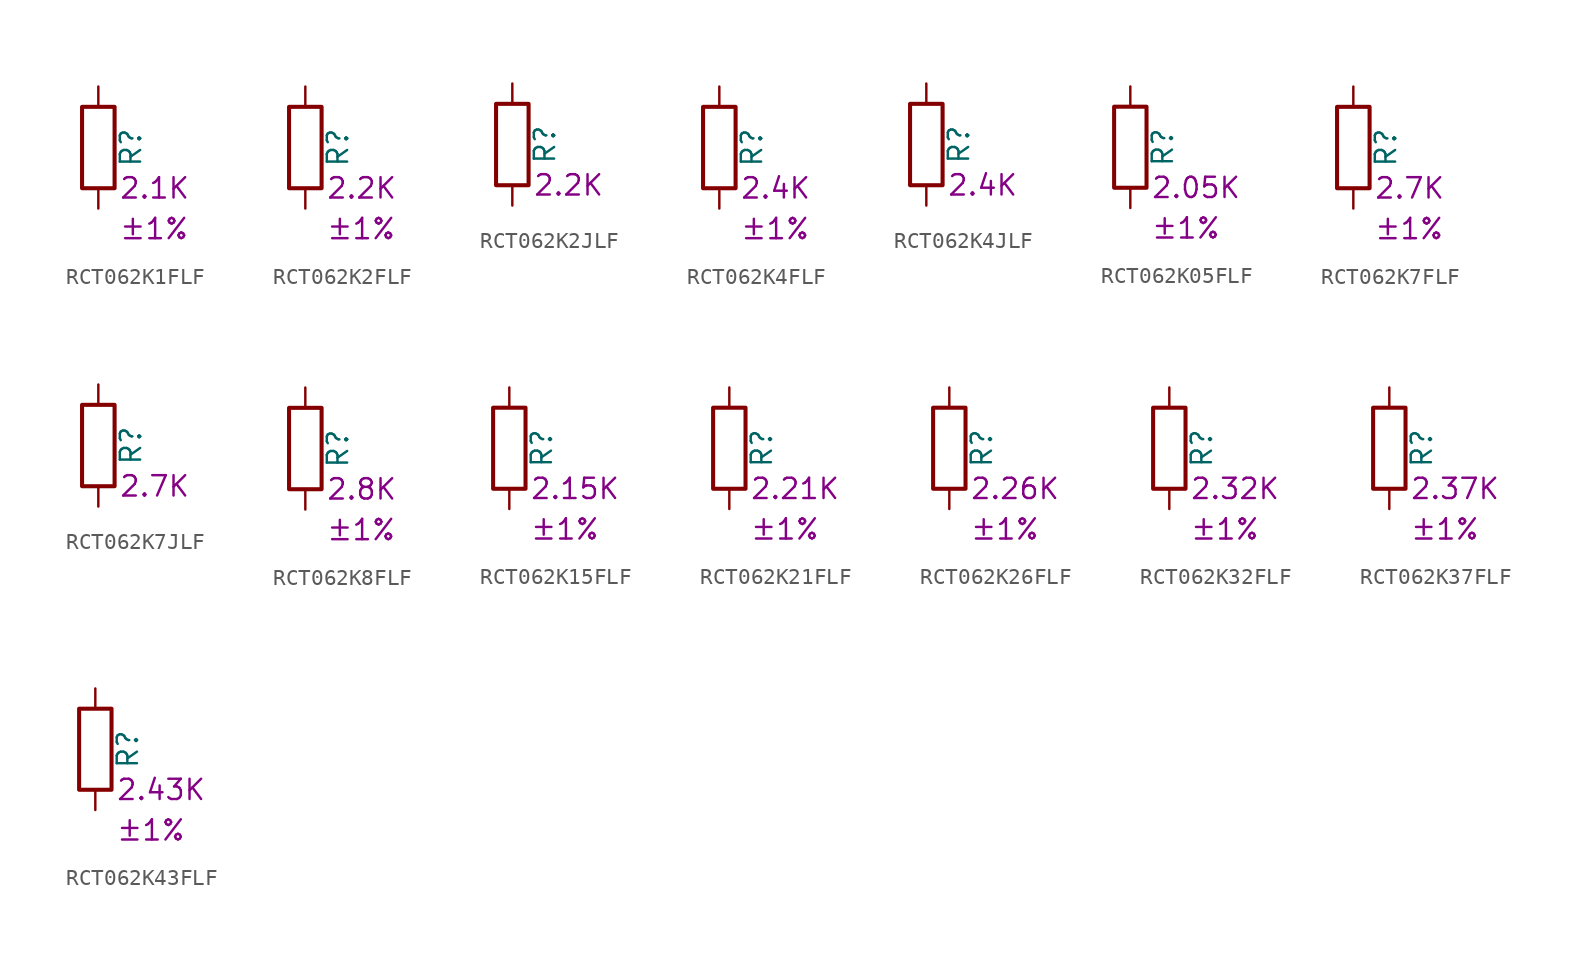
<source format=kicad_sym>
(kicad_symbol_lib
  (version 20220914)
  (generator kicad_symbol_editor)
  (symbol "RCT062K1FLF"
    (pin_numbers hide)
    (pin_names
      (offset 0))
    (property "Reference" "R"
      (at 2.032 0 90)
      (effects (font (size 1.27 1.27))))
    (property "Resistance" "2.1K"
      (at 1.27 -2.54 0)
      (effects (font (size 1.27 1.27)) (justify left)))
    (property "Tolerance" "±1%"
      (at 1.27 -5.08 0)
      (effects (font (size 1.27 1.27)) (justify left)))
    (symbol "RCT062K1FLF_0_1"
      (rectangle (start -1.016 -2.54) (end 1.016 2.54) (stroke (width 0.254) (type default)) (fill (type none))))
    (symbol "RCT062K1FLF_1_1"
      (pin passive line (at 0 3.81 270) (length 1.27) (name "~" (effects (font (size 1.27 1.27)))) (number "1" (effects (font (size 1.27 1.27)))))
      (pin passive line (at 0 -3.81 90) (length 1.27) (name "~" (effects (font (size 1.27 1.27)))) (number "2" (effects (font (size 1.27 1.27)))))))
  (symbol "RCT062K2FLF"
    (pin_numbers hide)
    (pin_names
      (offset 0))
    (property "Reference" "R"
      (at 2.032 0 90)
      (effects (font (size 1.27 1.27))))
    (property "Resistance" "2.2K"
      (at 1.27 -2.54 0)
      (effects (font (size 1.27 1.27)) (justify left)))
    (property "Tolerance" "±1%"
      (at 1.27 -5.08 0)
      (effects (font (size 1.27 1.27)) (justify left)))
    (symbol "RCT062K2FLF_0_1"
      (rectangle (start -1.016 -2.54) (end 1.016 2.54) (stroke (width 0.254) (type default)) (fill (type none))))
    (symbol "RCT062K2FLF_1_1"
      (pin passive line (at 0 3.81 270) (length 1.27) (name "~" (effects (font (size 1.27 1.27)))) (number "1" (effects (font (size 1.27 1.27)))))
      (pin passive line (at 0 -3.81 90) (length 1.27) (name "~" (effects (font (size 1.27 1.27)))) (number "2" (effects (font (size 1.27 1.27)))))))
  (symbol "RCT062K2JLF"
    (pin_numbers hide)
    (pin_names
      (offset 0))
    (property "Reference" "R"
      (at 2.032 0 90)
      (effects (font (size 1.27 1.27))))
    (property "Resistance" "2.2K"
      (at 1.27 -2.54 0)
      (effects (font (size 1.27 1.27)) (justify left)))
    (symbol "RCT062K2JLF_0_1"
      (rectangle (start -1.016 -2.54) (end 1.016 2.54) (stroke (width 0.254) (type default)) (fill (type none))))
    (symbol "RCT062K2JLF_1_1"
      (pin passive line (at 0 3.81 270) (length 1.27) (name "~" (effects (font (size 1.27 1.27)))) (number "1" (effects (font (size 1.27 1.27)))))
      (pin passive line (at 0 -3.81 90) (length 1.27) (name "~" (effects (font (size 1.27 1.27)))) (number "2" (effects (font (size 1.27 1.27)))))))
  (symbol "RCT062K4FLF"
    (pin_numbers hide)
    (pin_names
      (offset 0))
    (property "Reference" "R"
      (at 2.032 0 90)
      (effects (font (size 1.27 1.27))))
    (property "Resistance" "2.4K"
      (at 1.27 -2.54 0)
      (effects (font (size 1.27 1.27)) (justify left)))
    (property "Tolerance" "±1%"
      (at 1.27 -5.08 0)
      (effects (font (size 1.27 1.27)) (justify left)))
    (symbol "RCT062K4FLF_0_1"
      (rectangle (start -1.016 -2.54) (end 1.016 2.54) (stroke (width 0.254) (type default)) (fill (type none))))
    (symbol "RCT062K4FLF_1_1"
      (pin passive line (at 0 3.81 270) (length 1.27) (name "~" (effects (font (size 1.27 1.27)))) (number "1" (effects (font (size 1.27 1.27)))))
      (pin passive line (at 0 -3.81 90) (length 1.27) (name "~" (effects (font (size 1.27 1.27)))) (number "2" (effects (font (size 1.27 1.27)))))))
  (symbol "RCT062K4JLF"
    (pin_numbers hide)
    (pin_names
      (offset 0))
    (property "Reference" "R"
      (at 2.032 0 90)
      (effects (font (size 1.27 1.27))))
    (property "Resistance" "2.4K"
      (at 1.27 -2.54 0)
      (effects (font (size 1.27 1.27)) (justify left)))
    (symbol "RCT062K4JLF_0_1"
      (rectangle (start -1.016 -2.54) (end 1.016 2.54) (stroke (width 0.254) (type default)) (fill (type none))))
    (symbol "RCT062K4JLF_1_1"
      (pin passive line (at 0 3.81 270) (length 1.27) (name "~" (effects (font (size 1.27 1.27)))) (number "1" (effects (font (size 1.27 1.27)))))
      (pin passive line (at 0 -3.81 90) (length 1.27) (name "~" (effects (font (size 1.27 1.27)))) (number "2" (effects (font (size 1.27 1.27)))))))
  (symbol "RCT062K05FLF"
    (pin_numbers hide)
    (pin_names
      (offset 0))
    (property "Reference" "R"
      (at 2.032 0 90)
      (effects (font (size 1.27 1.27))))
    (property "Resistance" "2.05K"
      (at 1.27 -2.54 0)
      (effects (font (size 1.27 1.27)) (justify left)))
    (property "Tolerance" "±1%"
      (at 1.27 -5.08 0)
      (effects (font (size 1.27 1.27)) (justify left)))
    (symbol "RCT062K05FLF_0_1"
      (rectangle (start -1.016 -2.54) (end 1.016 2.54) (stroke (width 0.254) (type default)) (fill (type none))))
    (symbol "RCT062K05FLF_1_1"
      (pin passive line (at 0 3.81 270) (length 1.27) (name "~" (effects (font (size 1.27 1.27)))) (number "1" (effects (font (size 1.27 1.27)))))
      (pin passive line (at 0 -3.81 90) (length 1.27) (name "~" (effects (font (size 1.27 1.27)))) (number "2" (effects (font (size 1.27 1.27)))))))
  (symbol "RCT062K7FLF"
    (pin_numbers hide)
    (pin_names
      (offset 0))
    (property "Reference" "R"
      (at 2.032 0 90)
      (effects (font (size 1.27 1.27))))
    (property "Resistance" "2.7K"
      (at 1.27 -2.54 0)
      (effects (font (size 1.27 1.27)) (justify left)))
    (property "Tolerance" "±1%"
      (at 1.27 -5.08 0)
      (effects (font (size 1.27 1.27)) (justify left)))
    (symbol "RCT062K7FLF_0_1"
      (rectangle (start -1.016 -2.54) (end 1.016 2.54) (stroke (width 0.254) (type default)) (fill (type none))))
    (symbol "RCT062K7FLF_1_1"
      (pin passive line (at 0 3.81 270) (length 1.27) (name "~" (effects (font (size 1.27 1.27)))) (number "1" (effects (font (size 1.27 1.27)))))
      (pin passive line (at 0 -3.81 90) (length 1.27) (name "~" (effects (font (size 1.27 1.27)))) (number "2" (effects (font (size 1.27 1.27)))))))
  (symbol "RCT062K7JLF"
    (pin_numbers hide)
    (pin_names
      (offset 0))
    (property "Reference" "R"
      (at 2.032 0 90)
      (effects (font (size 1.27 1.27))))
    (property "Resistance" "2.7K"
      (at 1.27 -2.54 0)
      (effects (font (size 1.27 1.27)) (justify left)))
    (symbol "RCT062K7JLF_0_1"
      (rectangle (start -1.016 -2.54) (end 1.016 2.54) (stroke (width 0.254) (type default)) (fill (type none))))
    (symbol "RCT062K7JLF_1_1"
      (pin passive line (at 0 3.81 270) (length 1.27) (name "~" (effects (font (size 1.27 1.27)))) (number "1" (effects (font (size 1.27 1.27)))))
      (pin passive line (at 0 -3.81 90) (length 1.27) (name "~" (effects (font (size 1.27 1.27)))) (number "2" (effects (font (size 1.27 1.27)))))))
  (symbol "RCT062K8FLF"
    (pin_numbers hide)
    (pin_names
      (offset 0))
    (property "Reference" "R"
      (at 2.032 0 90)
      (effects (font (size 1.27 1.27))))
    (property "Resistance" "2.8K"
      (at 1.27 -2.54 0)
      (effects (font (size 1.27 1.27)) (justify left)))
    (property "Tolerance" "±1%"
      (at 1.27 -5.08 0)
      (effects (font (size 1.27 1.27)) (justify left)))
    (symbol "RCT062K8FLF_0_1"
      (rectangle (start -1.016 -2.54) (end 1.016 2.54) (stroke (width 0.254) (type default)) (fill (type none))))
    (symbol "RCT062K8FLF_1_1"
      (pin passive line (at 0 3.81 270) (length 1.27) (name "~" (effects (font (size 1.27 1.27)))) (number "1" (effects (font (size 1.27 1.27)))))
      (pin passive line (at 0 -3.81 90) (length 1.27) (name "~" (effects (font (size 1.27 1.27)))) (number "2" (effects (font (size 1.27 1.27)))))))
  (symbol "RCT062K15FLF"
    (pin_numbers hide)
    (pin_names
      (offset 0))
    (property "Reference" "R"
      (at 2.032 0 90)
      (effects (font (size 1.27 1.27))))
    (property "Resistance" "2.15K"
      (at 1.27 -2.54 0)
      (effects (font (size 1.27 1.27)) (justify left)))
    (property "Tolerance" "±1%"
      (at 1.27 -5.08 0)
      (effects (font (size 1.27 1.27)) (justify left)))
    (symbol "RCT062K15FLF_0_1"
      (rectangle (start -1.016 -2.54) (end 1.016 2.54) (stroke (width 0.254) (type default)) (fill (type none))))
    (symbol "RCT062K15FLF_1_1"
      (pin passive line (at 0 3.81 270) (length 1.27) (name "~" (effects (font (size 1.27 1.27)))) (number "1" (effects (font (size 1.27 1.27)))))
      (pin passive line (at 0 -3.81 90) (length 1.27) (name "~" (effects (font (size 1.27 1.27)))) (number "2" (effects (font (size 1.27 1.27)))))))
  (symbol "RCT062K21FLF"
    (pin_numbers hide)
    (pin_names
      (offset 0))
    (property "Reference" "R"
      (at 2.032 0 90)
      (effects (font (size 1.27 1.27))))
    (property "Resistance" "2.21K"
      (at 1.27 -2.54 0)
      (effects (font (size 1.27 1.27)) (justify left)))
    (property "Tolerance" "±1%"
      (at 1.27 -5.08 0)
      (effects (font (size 1.27 1.27)) (justify left)))
    (symbol "RCT062K21FLF_0_1"
      (rectangle (start -1.016 -2.54) (end 1.016 2.54) (stroke (width 0.254) (type default)) (fill (type none))))
    (symbol "RCT062K21FLF_1_1"
      (pin passive line (at 0 3.81 270) (length 1.27) (name "~" (effects (font (size 1.27 1.27)))) (number "1" (effects (font (size 1.27 1.27)))))
      (pin passive line (at 0 -3.81 90) (length 1.27) (name "~" (effects (font (size 1.27 1.27)))) (number "2" (effects (font (size 1.27 1.27)))))))
  (symbol "RCT062K26FLF"
    (pin_numbers hide)
    (pin_names
      (offset 0))
    (property "Reference" "R"
      (at 2.032 0 90)
      (effects (font (size 1.27 1.27))))
    (property "Resistance" "2.26K"
      (at 1.27 -2.54 0)
      (effects (font (size 1.27 1.27)) (justify left)))
    (property "Tolerance" "±1%"
      (at 1.27 -5.08 0)
      (effects (font (size 1.27 1.27)) (justify left)))
    (symbol "RCT062K26FLF_0_1"
      (rectangle (start -1.016 -2.54) (end 1.016 2.54) (stroke (width 0.254) (type default)) (fill (type none))))
    (symbol "RCT062K26FLF_1_1"
      (pin passive line (at 0 3.81 270) (length 1.27) (name "~" (effects (font (size 1.27 1.27)))) (number "1" (effects (font (size 1.27 1.27)))))
      (pin passive line (at 0 -3.81 90) (length 1.27) (name "~" (effects (font (size 1.27 1.27)))) (number "2" (effects (font (size 1.27 1.27)))))))
  (symbol "RCT062K32FLF"
    (pin_numbers hide)
    (pin_names
      (offset 0))
    (property "Reference" "R"
      (at 2.032 0 90)
      (effects (font (size 1.27 1.27))))
    (property "Resistance" "2.32K"
      (at 1.27 -2.54 0)
      (effects (font (size 1.27 1.27)) (justify left)))
    (property "Tolerance" "±1%"
      (at 1.27 -5.08 0)
      (effects (font (size 1.27 1.27)) (justify left)))
    (symbol "RCT062K32FLF_0_1"
      (rectangle (start -1.016 -2.54) (end 1.016 2.54) (stroke (width 0.254) (type default)) (fill (type none))))
    (symbol "RCT062K32FLF_1_1"
      (pin passive line (at 0 3.81 270) (length 1.27) (name "~" (effects (font (size 1.27 1.27)))) (number "1" (effects (font (size 1.27 1.27)))))
      (pin passive line (at 0 -3.81 90) (length 1.27) (name "~" (effects (font (size 1.27 1.27)))) (number "2" (effects (font (size 1.27 1.27)))))))
  (symbol "RCT062K37FLF"
    (pin_numbers hide)
    (pin_names
      (offset 0))
    (property "Reference" "R"
      (at 2.032 0 90)
      (effects (font (size 1.27 1.27))))
    (property "Resistance" "2.37K"
      (at 1.27 -2.54 0)
      (effects (font (size 1.27 1.27)) (justify left)))
    (property "Tolerance" "±1%"
      (at 1.27 -5.08 0)
      (effects (font (size 1.27 1.27)) (justify left)))
    (symbol "RCT062K37FLF_0_1"
      (rectangle (start -1.016 -2.54) (end 1.016 2.54) (stroke (width 0.254) (type default)) (fill (type none))))
    (symbol "RCT062K37FLF_1_1"
      (pin passive line (at 0 3.81 270) (length 1.27) (name "~" (effects (font (size 1.27 1.27)))) (number "1" (effects (font (size 1.27 1.27)))))
      (pin passive line (at 0 -3.81 90) (length 1.27) (name "~" (effects (font (size 1.27 1.27)))) (number "2" (effects (font (size 1.27 1.27)))))))
  (symbol "RCT062K43FLF"
    (pin_numbers hide)
    (pin_names
      (offset 0))
    (property "Reference" "R"
      (at 2.032 0 90)
      (effects (font (size 1.27 1.27))))
    (property "Resistance" "2.43K"
      (at 1.27 -2.54 0)
      (effects (font (size 1.27 1.27)) (justify left)))
    (property "Tolerance" "±1%"
      (at 1.27 -5.08 0)
      (effects (font (size 1.27 1.27)) (justify left)))
    (symbol "RCT062K43FLF_0_1"
      (rectangle (start -1.016 -2.54) (end 1.016 2.54) (stroke (width 0.254) (type default)) (fill (type none))))
    (symbol "RCT062K43FLF_1_1"
      (pin passive line (at 0 3.81 270) (length 1.27) (name "~" (effects (font (size 1.27 1.27)))) (number "1" (effects (font (size 1.27 1.27)))))
      (pin passive line (at 0 -3.81 90) (length 1.27) (name "~" (effects (font (size 1.27 1.27)))) (number "2" (effects (font (size 1.27 1.27))))))))
</source>
